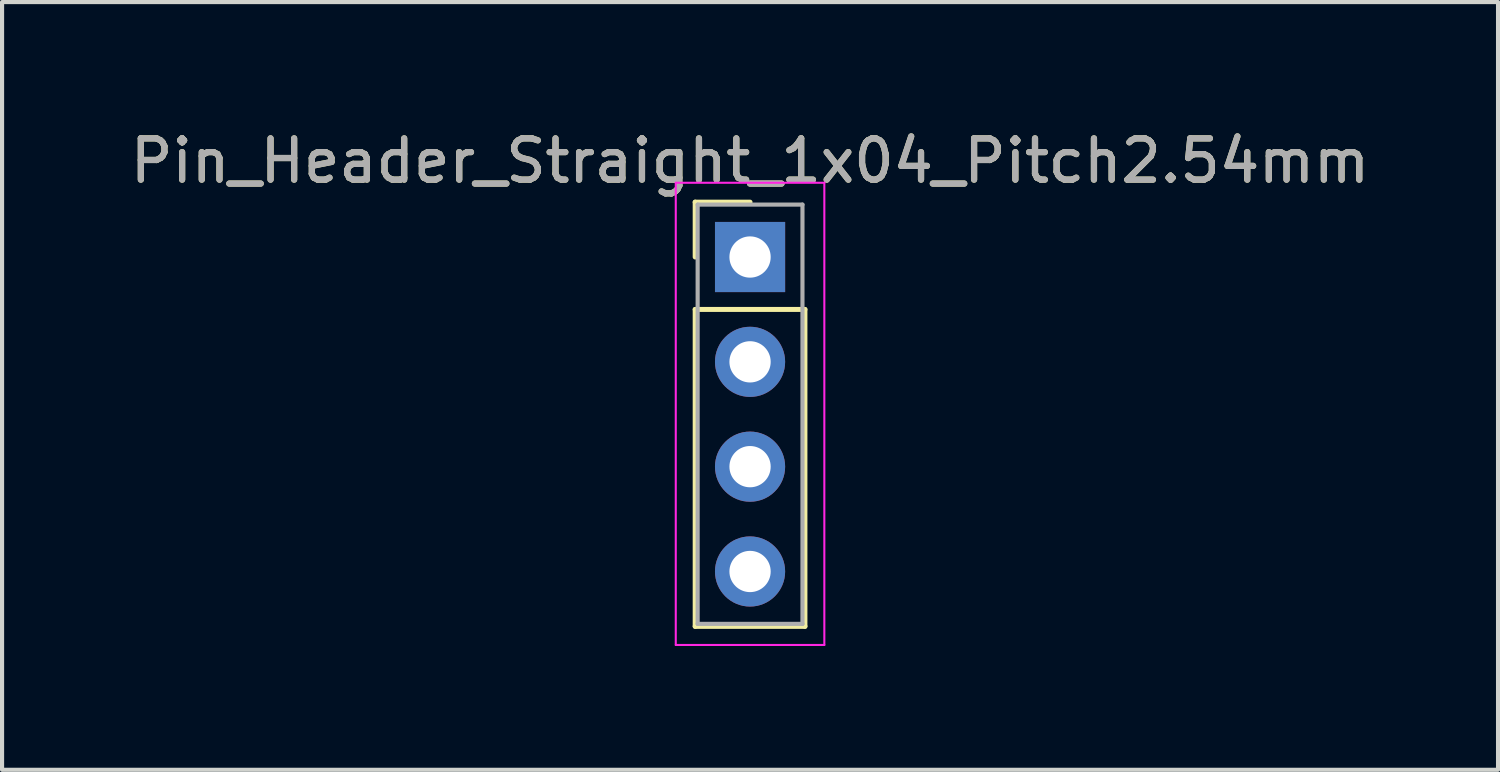
<source format=kicad_pcb>
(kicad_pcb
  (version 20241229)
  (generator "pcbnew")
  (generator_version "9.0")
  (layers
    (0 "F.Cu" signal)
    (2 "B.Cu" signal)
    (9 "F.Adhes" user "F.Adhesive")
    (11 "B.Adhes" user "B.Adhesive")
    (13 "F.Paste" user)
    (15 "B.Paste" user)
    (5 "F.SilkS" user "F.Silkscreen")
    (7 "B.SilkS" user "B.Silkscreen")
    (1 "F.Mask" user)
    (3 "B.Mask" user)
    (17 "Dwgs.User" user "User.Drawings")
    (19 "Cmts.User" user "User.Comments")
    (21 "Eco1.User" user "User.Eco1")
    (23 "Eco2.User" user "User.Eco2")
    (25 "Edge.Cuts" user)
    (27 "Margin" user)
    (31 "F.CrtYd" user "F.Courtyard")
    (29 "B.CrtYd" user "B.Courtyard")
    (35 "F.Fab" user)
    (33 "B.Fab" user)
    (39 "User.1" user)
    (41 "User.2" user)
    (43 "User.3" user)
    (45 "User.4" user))
  (footprint "Pin_Header_Straight_1x04_Pitch2.54mm"
    (layer "F.Cu")
    (at 15.125 3.178)
    (property "Reference" "Pin_Header_Straight_1x04_Pitch2.54mm" (at 0 -2.33 0) (layer "F.SilkS") (effects (font (size 1 1) (thickness 0.15))))
    (attr through_hole)
    (fp_line (start -1.33 -1.33) (end 0 -1.33) (stroke (width 0.12) (type solid)) (layer "F.SilkS"))
    (fp_line (start -1.33 0) (end -1.33 -1.33) (stroke (width 0.12) (type solid)) (layer "F.SilkS"))
    (fp_line (start -1.33 1.27) (end -1.33 8.95) (stroke (width 0.12) (type solid)) (layer "F.SilkS"))
    (fp_line (start -1.33 8.95) (end 1.33 8.95) (stroke (width 0.12) (type solid)) (layer "F.SilkS"))
    (fp_line (start 1.33 1.27) (end -1.33 1.27) (stroke (width 0.12) (type solid)) (layer "F.SilkS"))
    (fp_line (start 1.33 8.95) (end 1.33 1.27) (stroke (width 0.12) (type solid)) (layer "F.SilkS"))
    (fp_line (start -1.8 -1.8) (end -1.8 9.4) (stroke (width 0.05) (type solid)) (layer "F.CrtYd"))
    (fp_line (start -1.8 9.4) (end 1.8 9.4) (stroke (width 0.05) (type solid)) (layer "F.CrtYd"))
    (fp_line (start 1.8 -1.8) (end -1.8 -1.8) (stroke (width 0.05) (type solid)) (layer "F.CrtYd"))
    (fp_line (start 1.8 9.4) (end 1.8 -1.8) (stroke (width 0.05) (type solid)) (layer "F.CrtYd"))
    (fp_line (start -1.27 -1.27) (end -1.27 8.89) (stroke (width 0.1) (type solid)) (layer "F.Fab"))
    (fp_line (start -1.27 8.89) (end 1.27 8.89) (stroke (width 0.1) (type solid)) (layer "F.Fab"))
    (fp_line (start 1.27 -1.27) (end -1.27 -1.27) (stroke (width 0.1) (type solid)) (layer "F.Fab"))
    (fp_line (start 1.27 8.89) (end 1.27 -1.27) (stroke (width 0.1) (type solid)) (layer "F.Fab"))
    (fp_text user "${REFERENCE}" (at 0 -2.33 0) (layer "F.Fab") (effects (font (size 1 1) (thickness 0.15))))
    (pad "1" thru_hole rect (at 0 0) (size 1.7 1.7) (drill 1) (layers "*.Cu" "*.Mask"))
    (pad "2" thru_hole oval (at 0 2.54) (size 1.7 1.7) (drill 1) (layers "*.Cu" "*.Mask"))
    (pad "3" thru_hole oval (at 0 5.08) (size 1.7 1.7) (drill 1) (layers "*.Cu" "*.Mask"))
    (pad "4" thru_hole oval (at 0 7.62) (size 1.7 1.7) (drill 1) (layers "*.Cu" "*.Mask")))
  (gr_rect
    (start -3 -3)
    (end 33.25 15.603)
    (stroke (width 0.1) (type default))
    (fill no)
    (layer "Edge.Cuts")))
</source>
